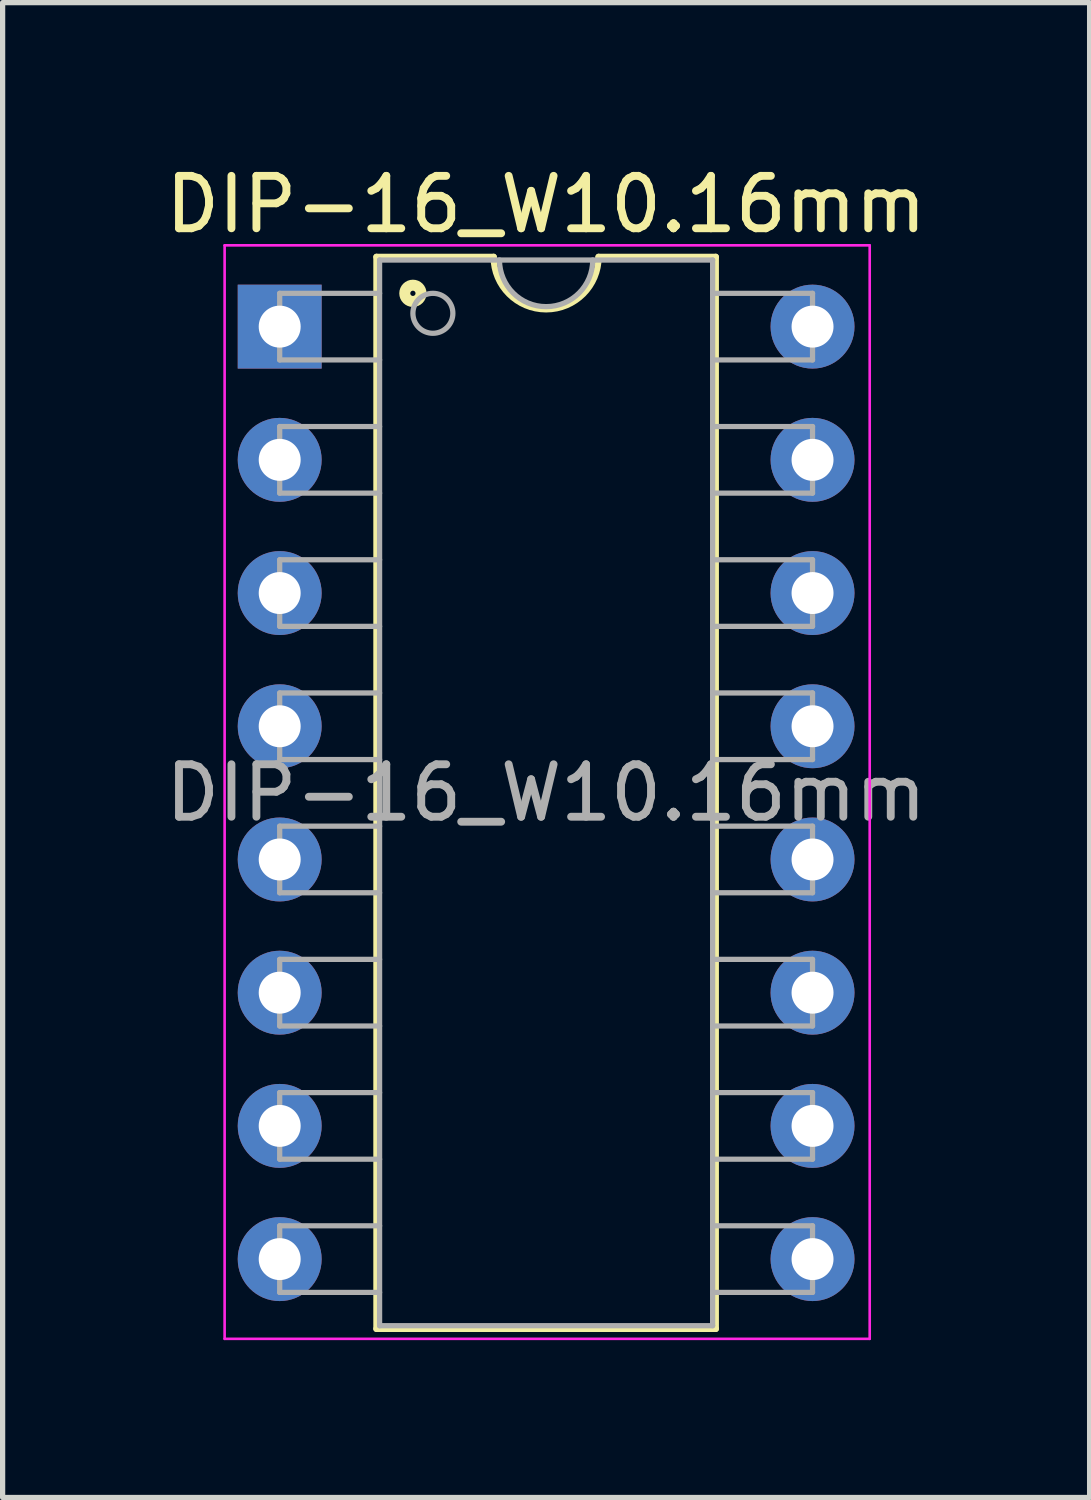
<source format=kicad_pcb>
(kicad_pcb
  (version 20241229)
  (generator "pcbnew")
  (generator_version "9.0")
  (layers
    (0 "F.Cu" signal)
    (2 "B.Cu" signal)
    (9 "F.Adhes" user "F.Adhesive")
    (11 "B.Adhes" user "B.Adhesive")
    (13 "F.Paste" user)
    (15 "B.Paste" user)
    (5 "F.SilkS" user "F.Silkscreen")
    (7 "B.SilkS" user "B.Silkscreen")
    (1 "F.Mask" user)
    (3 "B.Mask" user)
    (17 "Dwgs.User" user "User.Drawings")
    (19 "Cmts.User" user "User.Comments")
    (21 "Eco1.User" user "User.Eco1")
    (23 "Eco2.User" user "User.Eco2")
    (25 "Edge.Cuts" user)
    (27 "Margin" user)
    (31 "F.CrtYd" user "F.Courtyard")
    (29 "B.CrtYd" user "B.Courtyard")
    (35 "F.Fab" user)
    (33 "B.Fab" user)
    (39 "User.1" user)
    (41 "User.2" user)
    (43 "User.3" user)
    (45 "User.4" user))
  (footprint "DIP-16_W10.16mm"
    (layer "F.Cu")
    (at 2.283 3.178)
    (property "Reference" "DIP-16_W10.16mm" (at 5.08 -2.33 0) (layer "F.SilkS") (effects (font (size 1 1) (thickness 0.15))))
    (attr through_hole)
    (fp_line (start 1.845 -1.33) (end 1.845 19.11) (stroke (width 0.12) (type solid)) (layer "F.SilkS"))
    (fp_line (start 1.845 19.11) (end 8.315 19.11) (stroke (width 0.12) (type solid)) (layer "F.SilkS"))
    (fp_line (start 4.08 -1.33) (end 1.845 -1.33) (stroke (width 0.12) (type solid)) (layer "F.SilkS"))
    (fp_line (start 8.315 -1.33) (end 6.08 -1.33) (stroke (width 0.12) (type solid)) (layer "F.SilkS"))
    (fp_line (start 8.315 19.11) (end 8.315 -1.33) (stroke (width 0.12) (type solid)) (layer "F.SilkS"))
    (fp_arc (start 6.08 -1.33) (mid 5.08 -0.33) (end 4.08 -1.33) (stroke (width 0.12) (type solid)) (layer "F.SilkS"))
    (fp_circle (center 2.54 -0.635) (end 2.59 -0.635) (stroke (width 0.12) (type solid)) (fill no) (layer "F.SilkS"))
    (fp_circle (center 2.54 -0.635) (end 2.665 -0.635) (stroke (width 0.12) (type solid)) (fill no) (layer "F.SilkS"))
    (fp_circle (center 2.54 -0.635) (end 2.74 -0.635) (stroke (width 0.12) (type solid)) (fill no) (layer "F.SilkS"))
    (fp_line (start -1.05 -1.55) (end -1.05 19.3) (stroke (width 0.05) (type solid)) (layer "F.CrtYd"))
    (fp_line (start -1.05 19.3) (end 11.25 19.3) (stroke (width 0.05) (type solid)) (layer "F.CrtYd"))
    (fp_line (start 11.25 -1.55) (end -1.05 -1.55) (stroke (width 0.05) (type solid)) (layer "F.CrtYd"))
    (fp_line (start 11.25 19.3) (end 11.25 -1.55) (stroke (width 0.05) (type solid)) (layer "F.CrtYd"))
    (fp_line (start 0 -0.635) (end 0 0.635) (stroke (width 0.1) (type solid)) (layer "F.Fab"))
    (fp_line (start 0 -0.635) (end 1.905 -0.635) (stroke (width 0.1) (type solid)) (layer "F.Fab"))
    (fp_line (start 0 0.635) (end 1.905 0.635) (stroke (width 0.1) (type solid)) (layer "F.Fab"))
    (fp_line (start 0 1.905) (end 0 3.175) (stroke (width 0.1) (type solid)) (layer "F.Fab"))
    (fp_line (start 0 1.905) (end 1.905 1.905) (stroke (width 0.1) (type solid)) (layer "F.Fab"))
    (fp_line (start 0 3.175) (end 1.905 3.175) (stroke (width 0.1) (type solid)) (layer "F.Fab"))
    (fp_line (start 0 4.445) (end 0 5.715) (stroke (width 0.1) (type solid)) (layer "F.Fab"))
    (fp_line (start 0 4.445) (end 1.905 4.445) (stroke (width 0.1) (type solid)) (layer "F.Fab"))
    (fp_line (start 0 5.715) (end 1.905 5.715) (stroke (width 0.1) (type solid)) (layer "F.Fab"))
    (fp_line (start 0 6.985) (end 0 8.255) (stroke (width 0.1) (type solid)) (layer "F.Fab"))
    (fp_line (start 0 6.985) (end 1.905 6.985) (stroke (width 0.1) (type solid)) (layer "F.Fab"))
    (fp_line (start 0 8.255) (end 1.905 8.255) (stroke (width 0.1) (type solid)) (layer "F.Fab"))
    (fp_line (start 0 9.525) (end 0 10.795) (stroke (width 0.1) (type solid)) (layer "F.Fab"))
    (fp_line (start 0 9.525) (end 1.905 9.525) (stroke (width 0.1) (type solid)) (layer "F.Fab"))
    (fp_line (start 0 10.795) (end 1.905 10.795) (stroke (width 0.1) (type solid)) (layer "F.Fab"))
    (fp_line (start 0 12.065) (end 0 13.335) (stroke (width 0.1) (type solid)) (layer "F.Fab"))
    (fp_line (start 0 12.065) (end 1.905 12.065) (stroke (width 0.1) (type solid)) (layer "F.Fab"))
    (fp_line (start 0 13.335) (end 1.905 13.335) (stroke (width 0.1) (type solid)) (layer "F.Fab"))
    (fp_line (start 0 14.605) (end 0 15.875) (stroke (width 0.1) (type solid)) (layer "F.Fab"))
    (fp_line (start 0 14.605) (end 1.905 14.605) (stroke (width 0.1) (type solid)) (layer "F.Fab"))
    (fp_line (start 0 15.875) (end 1.905 15.875) (stroke (width 0.1) (type solid)) (layer "F.Fab"))
    (fp_line (start 0 17.145) (end 0 18.415) (stroke (width 0.1) (type solid)) (layer "F.Fab"))
    (fp_line (start 0 17.145) (end 1.905 17.145) (stroke (width 0.1) (type solid)) (layer "F.Fab"))
    (fp_line (start 0 18.415) (end 1.905 18.415) (stroke (width 0.1) (type solid)) (layer "F.Fab"))
    (fp_line (start 1.905 -1.27) (end 8.255 -1.27) (stroke (width 0.1) (type solid)) (layer "F.Fab"))
    (fp_line (start 1.905 19.05) (end 1.905 -1.27) (stroke (width 0.1) (type solid)) (layer "F.Fab"))
    (fp_line (start 8.255 -1.27) (end 8.255 19.05) (stroke (width 0.1) (type solid)) (layer "F.Fab"))
    (fp_line (start 8.255 19.05) (end 1.905 19.05) (stroke (width 0.1) (type solid)) (layer "F.Fab"))
    (fp_line (start 10.16 -0.635) (end 8.255 -0.635) (stroke (width 0.1) (type solid)) (layer "F.Fab"))
    (fp_line (start 10.16 0.635) (end 8.255 0.635) (stroke (width 0.1) (type solid)) (layer "F.Fab"))
    (fp_line (start 10.16 0.635) (end 10.16 -0.635) (stroke (width 0.1) (type solid)) (layer "F.Fab"))
    (fp_line (start 10.16 1.905) (end 8.255 1.905) (stroke (width 0.1) (type solid)) (layer "F.Fab"))
    (fp_line (start 10.16 3.175) (end 8.255 3.175) (stroke (width 0.1) (type solid)) (layer "F.Fab"))
    (fp_line (start 10.16 3.175) (end 10.16 1.905) (stroke (width 0.1) (type solid)) (layer "F.Fab"))
    (fp_line (start 10.16 4.445) (end 8.255 4.445) (stroke (width 0.1) (type solid)) (layer "F.Fab"))
    (fp_line (start 10.16 5.715) (end 8.255 5.715) (stroke (width 0.1) (type solid)) (layer "F.Fab"))
    (fp_line (start 10.16 5.715) (end 10.16 4.445) (stroke (width 0.1) (type solid)) (layer "F.Fab"))
    (fp_line (start 10.16 6.985) (end 8.255 6.985) (stroke (width 0.1) (type solid)) (layer "F.Fab"))
    (fp_line (start 10.16 8.255) (end 8.255 8.255) (stroke (width 0.1) (type solid)) (layer "F.Fab"))
    (fp_line (start 10.16 8.255) (end 10.16 6.985) (stroke (width 0.1) (type solid)) (layer "F.Fab"))
    (fp_line (start 10.16 9.525) (end 8.255 9.525) (stroke (width 0.1) (type solid)) (layer "F.Fab"))
    (fp_line (start 10.16 10.795) (end 8.255 10.795) (stroke (width 0.1) (type solid)) (layer "F.Fab"))
    (fp_line (start 10.16 10.795) (end 10.16 9.525) (stroke (width 0.1) (type solid)) (layer "F.Fab"))
    (fp_line (start 10.16 12.065) (end 8.255 12.065) (stroke (width 0.1) (type solid)) (layer "F.Fab"))
    (fp_line (start 10.16 13.335) (end 8.255 13.335) (stroke (width 0.1) (type solid)) (layer "F.Fab"))
    (fp_line (start 10.16 13.335) (end 10.16 12.065) (stroke (width 0.1) (type solid)) (layer "F.Fab"))
    (fp_line (start 10.16 14.605) (end 8.255 14.605) (stroke (width 0.1) (type solid)) (layer "F.Fab"))
    (fp_line (start 10.16 15.875) (end 8.255 15.875) (stroke (width 0.1) (type solid)) (layer "F.Fab"))
    (fp_line (start 10.16 15.875) (end 10.16 14.605) (stroke (width 0.1) (type solid)) (layer "F.Fab"))
    (fp_line (start 10.16 17.145) (end 8.255 17.145) (stroke (width 0.1) (type solid)) (layer "F.Fab"))
    (fp_line (start 10.16 18.415) (end 8.255 18.415) (stroke (width 0.1) (type solid)) (layer "F.Fab"))
    (fp_line (start 10.16 18.415) (end 10.16 17.145) (stroke (width 0.1) (type solid)) (layer "F.Fab"))
    (fp_arc (start 5.969 -1.27) (mid 5.08 -0.381) (end 4.191 -1.27) (stroke (width 0.1) (type solid)) (layer "F.Fab"))
    (fp_circle (center 2.921 -0.254) (end 3.302 -0.254) (stroke (width 0.1) (type solid)) (fill no) (layer "F.Fab"))
    (fp_text user "${REFERENCE}" (at 5.08 8.89 0) (layer "F.Fab") (effects (font (size 1 1) (thickness 0.15))))
    (pad "1" thru_hole rect (at 0 0) (size 1.6 1.6) (drill 0.8) (layers "*.Cu" "*.Mask"))
    (pad "2" thru_hole oval (at 0 2.54) (size 1.6 1.6) (drill 0.8) (layers "*.Cu" "*.Mask"))
    (pad "3" thru_hole oval (at 0 5.08) (size 1.6 1.6) (drill 0.8) (layers "*.Cu" "*.Mask"))
    (pad "4" thru_hole oval (at 0 7.62) (size 1.6 1.6) (drill 0.8) (layers "*.Cu" "*.Mask"))
    (pad "5" thru_hole oval (at 0 10.16) (size 1.6 1.6) (drill 0.8) (layers "*.Cu" "*.Mask"))
    (pad "6" thru_hole oval (at 0 12.7) (size 1.6 1.6) (drill 0.8) (layers "*.Cu" "*.Mask"))
    (pad "7" thru_hole oval (at 0 15.24) (size 1.6 1.6) (drill 0.8) (layers "*.Cu" "*.Mask"))
    (pad "8" thru_hole oval (at 0 17.78) (size 1.6 1.6) (drill 0.8) (layers "*.Cu" "*.Mask"))
    (pad "9" thru_hole oval (at 10.16 17.78) (size 1.6 1.6) (drill 0.8) (layers "*.Cu" "*.Mask"))
    (pad "10" thru_hole oval (at 10.16 15.24) (size 1.6 1.6) (drill 0.8) (layers "*.Cu" "*.Mask"))
    (pad "11" thru_hole oval (at 10.16 12.7) (size 1.6 1.6) (drill 0.8) (layers "*.Cu" "*.Mask"))
    (pad "12" thru_hole oval (at 10.16 10.16) (size 1.6 1.6) (drill 0.8) (layers "*.Cu" "*.Mask"))
    (pad "13" thru_hole oval (at 10.16 7.62) (size 1.6 1.6) (drill 0.8) (layers "*.Cu" "*.Mask"))
    (pad "14" thru_hole oval (at 10.16 5.08) (size 1.6 1.6) (drill 0.8) (layers "*.Cu" "*.Mask"))
    (pad "15" thru_hole oval (at 10.16 2.54) (size 1.6 1.6) (drill 0.8) (layers "*.Cu" "*.Mask"))
    (pad "16" thru_hole oval (at 10.16 0) (size 1.6 1.6) (drill 0.8) (layers "*.Cu" "*.Mask")))
  (gr_rect
    (start -3 -3)
    (end 17.726 25.503)
    (stroke (width 0.1) (type default))
    (fill no)
    (layer "Edge.Cuts")))
</source>
